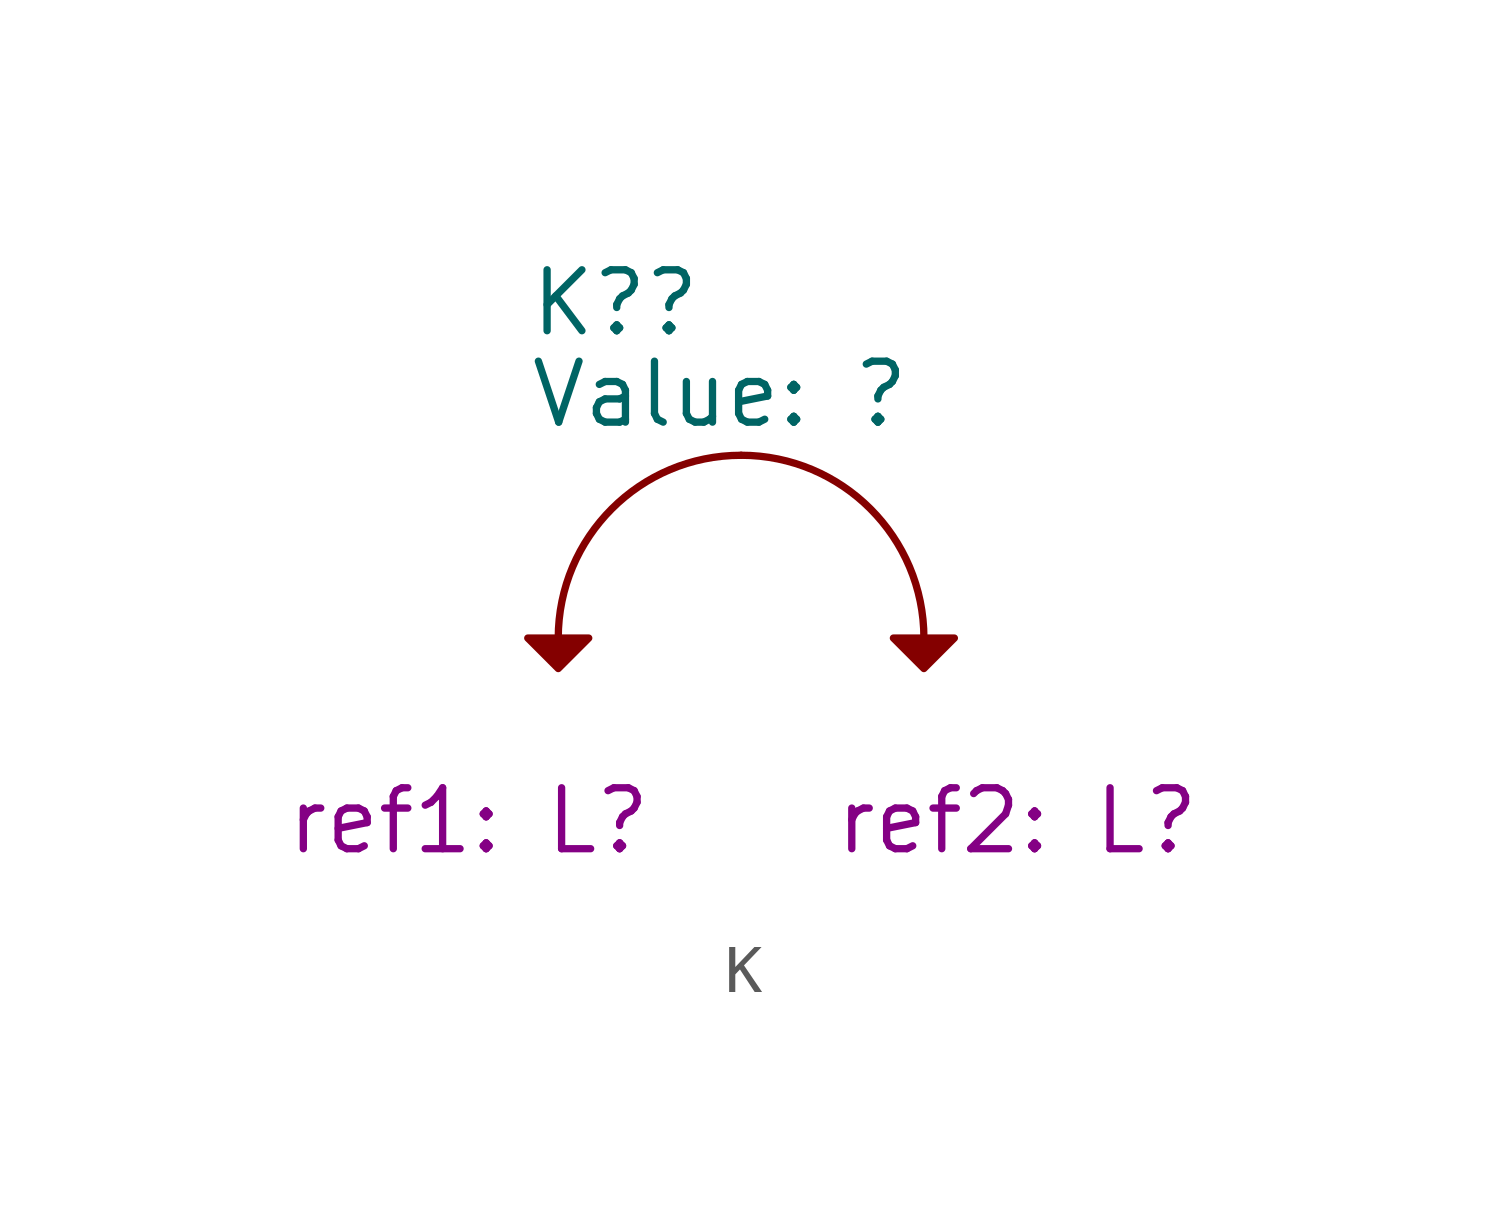
<source format=kicad_sym>
(kicad_symbol_lib
  (version 20241209)
  (generator "kicad_symbol_editor")
  (generator_version "9.0")
  (symbol "K"
    (pin_numbers
      (hide yes))
    (pin_names
      (offset 0)
      (hide yes))
    (property "Reference" "K?"
      (at -4.445 7.62 0)
      (effects (font (size 1.27 1.27)) (justify left)))
    (property "Value" "?"
      (at -4.445 5.715 0)
      (show_name)
      (effects (font (size 1.27 1.27)) (justify left)))
    (property "ref1" "L?"
      (at -9.525 -3.175 0)
      (show_name)
      (effects (font (size 1.27 1.27)) (justify left)))
    (property "ref2" "L?"
      (at 1.905 -3.175 0)
      (show_name)
      (effects (font (size 1.27 1.27)) (justify left)))
    (symbol "K_0_1"
      (polyline (pts (xy -3.81 0) (xy -3.175 0.635) (xy -4.445 0.635) (xy -3.81 0)) (stroke (width 0) (type solid)) (fill (type outline)))
      (arc (start -3.81 0.635) (mid -2.6941 3.3291) (end 0 4.445) (stroke (width 0) (type default)) (fill (type none)))
      (arc (start 0 4.445) (mid 2.6941 3.3291) (end 3.81 0.635) (stroke (width 0) (type default)) (fill (type none)))
      (polyline (pts (xy 3.81 0) (xy 3.175 0.635) (xy 4.445 0.635) (xy 3.81 0)) (stroke (width 0) (type solid)) (fill (type outline))))))
</source>
